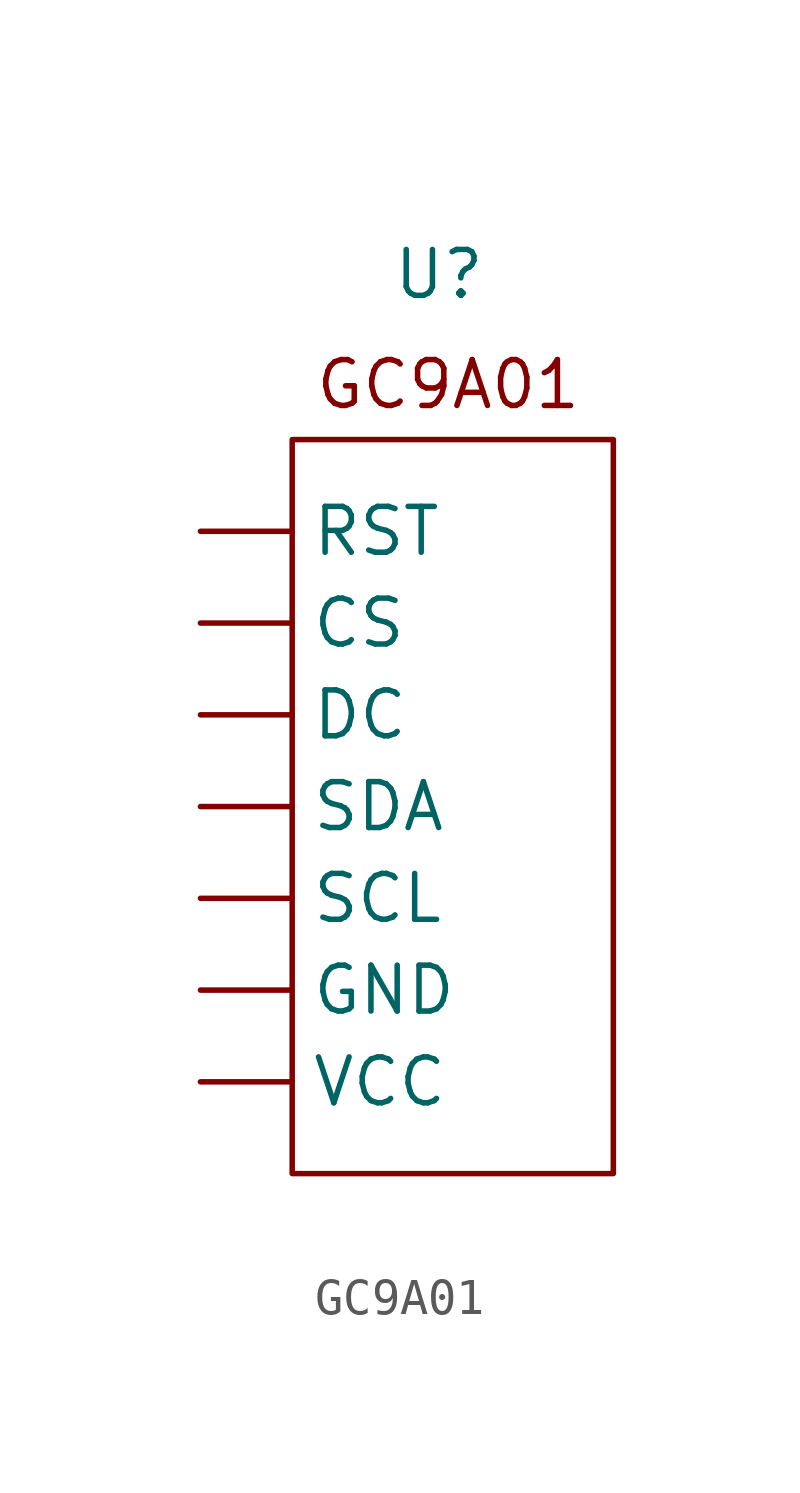
<source format=kicad_sym>
(kicad_symbol_lib
  (version 20241209)
  (generator "kicad_symbol_editor")
  (generator_version "9.0")
  (symbol "GC9A01"
    (property "Reference" "U"
      (at 6.604 9.652 0)
      (effects (font (size 1.27 1.27))))
    (property "Value" ""
      (at 0 0 0)
      (effects (font (size 1.27 1.27))))
    (symbol "GC9A01_0_1"
      (rectangle (start 2.54 5.08) (end 11.43 -15.24) (stroke (width 0) (type default)) (fill (type none))))
    (symbol "GC9A01_1_1"
      (text "GC9A01\n" (at 6.858 6.604 0) (effects (font (size 1.27 1.27))))
      (pin input line (at 0 2.54 0) (length 2.54) (name "RST" (effects (font (size 1.27 1.27)))) (number "" (effects (font (size 1.27 1.27)))))
      (pin input line (at 0 0 0) (length 2.54) (name "CS" (effects (font (size 1.27 1.27)))) (number "" (effects (font (size 1.27 1.27)))))
      (pin input line (at 0 -2.54 0) (length 2.54) (name "DC" (effects (font (size 1.27 1.27)))) (number "" (effects (font (size 1.27 1.27)))))
      (pin input line (at 0 -5.08 0) (length 2.54) (name "SDA" (effects (font (size 1.27 1.27)))) (number "" (effects (font (size 1.27 1.27)))))
      (pin input line (at 0 -7.62 0) (length 2.54) (name "SCL" (effects (font (size 1.27 1.27)))) (number "" (effects (font (size 1.27 1.27)))))
      (pin power_in line (at 0 -10.16 0) (length 2.54) (name "GND" (effects (font (size 1.27 1.27)))) (number "" (effects (font (size 1.27 1.27)))))
      (pin power_in line (at 0 -12.7 0) (length 2.54) (name "VCC" (effects (font (size 1.27 1.27)))) (number "" (effects (font (size 1.27 1.27))))))))
</source>
